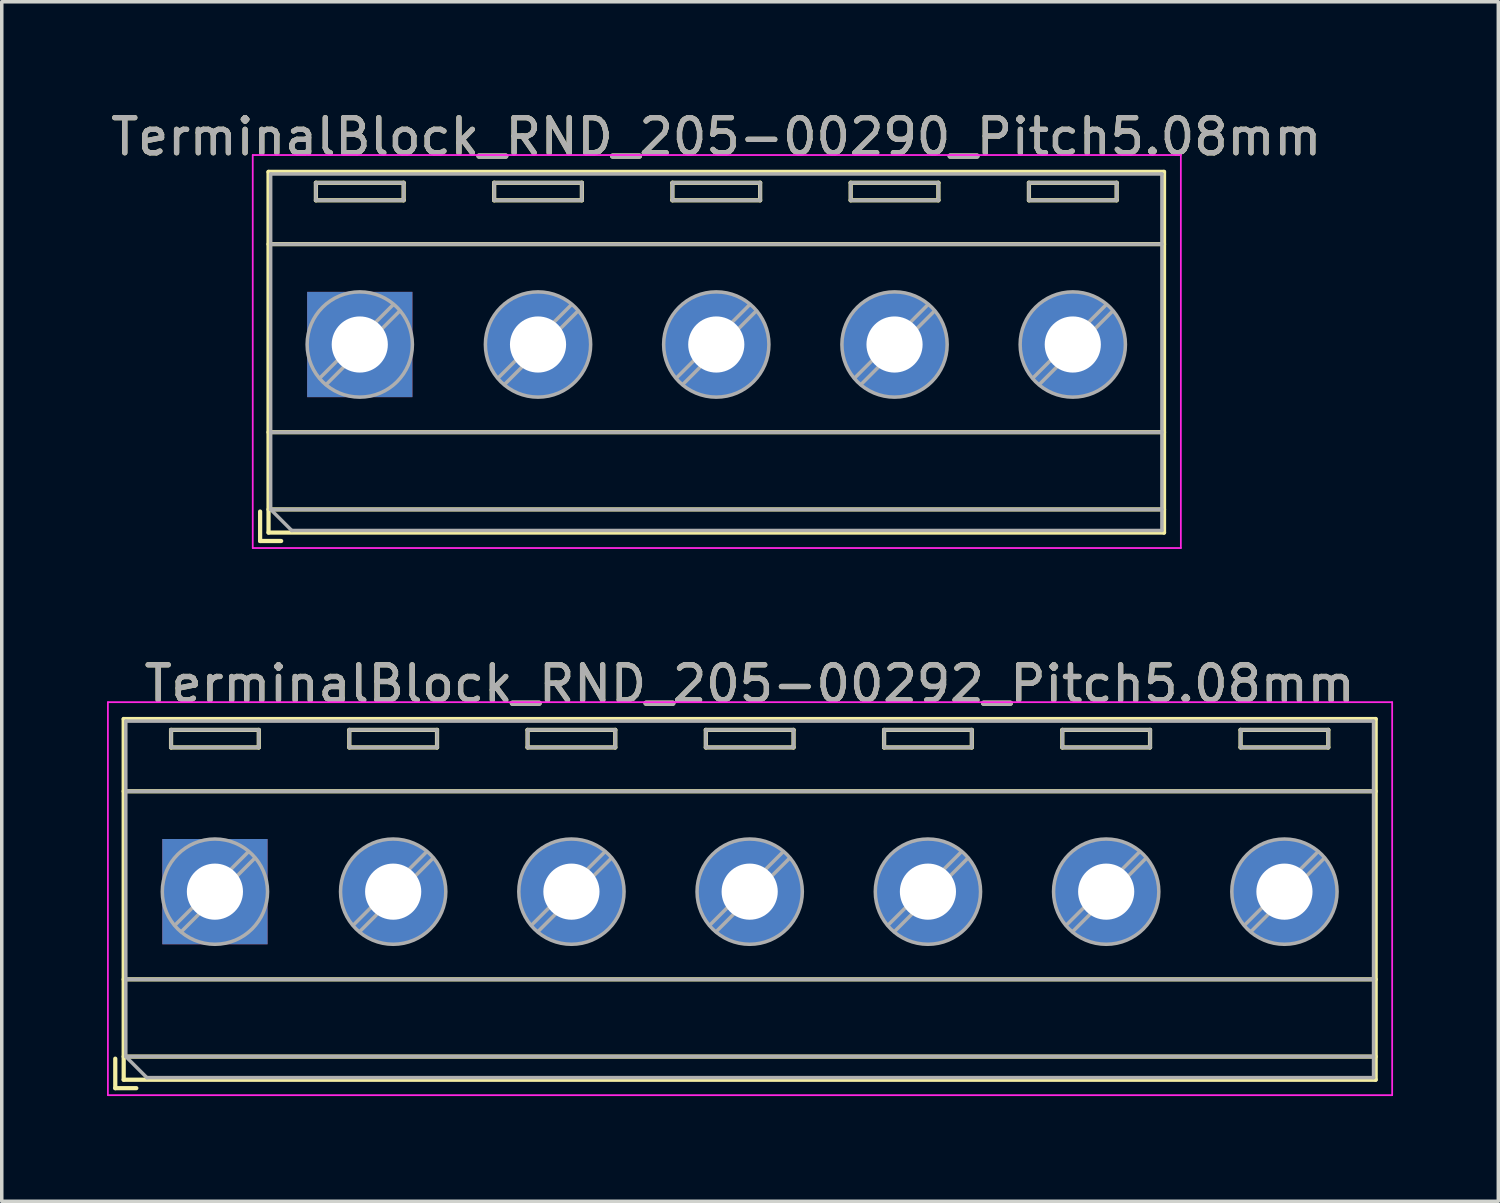
<source format=kicad_pcb>
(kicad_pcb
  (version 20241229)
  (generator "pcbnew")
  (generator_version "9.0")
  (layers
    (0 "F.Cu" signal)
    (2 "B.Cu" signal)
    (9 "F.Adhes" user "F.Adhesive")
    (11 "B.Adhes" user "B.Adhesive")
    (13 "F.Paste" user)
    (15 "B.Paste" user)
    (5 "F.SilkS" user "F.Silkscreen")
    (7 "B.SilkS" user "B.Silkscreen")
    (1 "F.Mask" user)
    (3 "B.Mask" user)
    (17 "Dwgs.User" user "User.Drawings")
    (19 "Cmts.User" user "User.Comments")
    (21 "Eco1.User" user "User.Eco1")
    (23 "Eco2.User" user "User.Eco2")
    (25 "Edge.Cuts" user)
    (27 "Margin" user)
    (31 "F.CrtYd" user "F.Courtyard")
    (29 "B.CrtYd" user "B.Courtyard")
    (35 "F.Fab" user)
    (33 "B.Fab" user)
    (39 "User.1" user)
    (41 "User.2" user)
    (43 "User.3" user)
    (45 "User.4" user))
  (footprint "TerminalBlock_RND_205-00290_Pitch5.08mm"
    (layer "F.Cu")
    (at 7.203 6.768)
    (property "Reference" "TerminalBlock_RND_205-00290_Pitch5.08mm" (at 10.16 -5.92 0) (layer "F.SilkS") (effects (font (size 1 1) (thickness 0.15))))
    (attr through_hole)
    (fp_line (start -2.84 4.76) (end -2.84 5.6) (stroke (width 0.12) (type solid)) (layer "F.SilkS"))
    (fp_line (start -2.84 5.6) (end -2.24 5.6) (stroke (width 0.12) (type solid)) (layer "F.SilkS"))
    (fp_line (start -2.6 -4.92) (end -2.6 5.36) (stroke (width 0.12) (type solid)) (layer "F.SilkS"))
    (fp_line (start -2.6 -2.86) (end 22.92 -2.86) (stroke (width 0.12) (type solid)) (layer "F.SilkS"))
    (fp_line (start -2.6 2.5) (end 22.92 2.5) (stroke (width 0.12) (type solid)) (layer "F.SilkS"))
    (fp_line (start -2.6 4.7) (end 22.92 4.7) (stroke (width 0.12) (type solid)) (layer "F.SilkS"))
    (fp_line (start -2.6 5.36) (end 22.92 5.36) (stroke (width 0.12) (type solid)) (layer "F.SilkS"))
    (fp_line (start -1.25 -4.61) (end -1.25 -4.11) (stroke (width 0.12) (type solid)) (layer "F.SilkS"))
    (fp_line (start -1.25 -4.61) (end 1.25 -4.61) (stroke (width 0.12) (type solid)) (layer "F.SilkS"))
    (fp_line (start -1.25 -4.11) (end 1.25 -4.11) (stroke (width 0.12) (type solid)) (layer "F.SilkS"))
    (fp_line (start 1.25 -4.61) (end 1.25 -4.11) (stroke (width 0.12) (type solid)) (layer "F.SilkS"))
    (fp_line (start 3.83 -4.61) (end 3.83 -4.11) (stroke (width 0.12) (type solid)) (layer "F.SilkS"))
    (fp_line (start 3.83 -4.61) (end 6.33 -4.61) (stroke (width 0.12) (type solid)) (layer "F.SilkS"))
    (fp_line (start 3.83 -4.11) (end 6.33 -4.11) (stroke (width 0.12) (type solid)) (layer "F.SilkS"))
    (fp_line (start 6.33 -4.61) (end 6.33 -4.11) (stroke (width 0.12) (type solid)) (layer "F.SilkS"))
    (fp_line (start 8.91 -4.61) (end 8.91 -4.11) (stroke (width 0.12) (type solid)) (layer "F.SilkS"))
    (fp_line (start 8.91 -4.61) (end 11.41 -4.61) (stroke (width 0.12) (type solid)) (layer "F.SilkS"))
    (fp_line (start 8.91 -4.11) (end 11.41 -4.11) (stroke (width 0.12) (type solid)) (layer "F.SilkS"))
    (fp_line (start 11.41 -4.61) (end 11.41 -4.11) (stroke (width 0.12) (type solid)) (layer "F.SilkS"))
    (fp_line (start 13.99 -4.61) (end 13.99 -4.11) (stroke (width 0.12) (type solid)) (layer "F.SilkS"))
    (fp_line (start 13.99 -4.61) (end 16.49 -4.61) (stroke (width 0.12) (type solid)) (layer "F.SilkS"))
    (fp_line (start 13.99 -4.11) (end 16.49 -4.11) (stroke (width 0.12) (type solid)) (layer "F.SilkS"))
    (fp_line (start 16.49 -4.61) (end 16.49 -4.11) (stroke (width 0.12) (type solid)) (layer "F.SilkS"))
    (fp_line (start 19.07 -4.61) (end 19.07 -4.11) (stroke (width 0.12) (type solid)) (layer "F.SilkS"))
    (fp_line (start 19.07 -4.61) (end 21.57 -4.61) (stroke (width 0.12) (type solid)) (layer "F.SilkS"))
    (fp_line (start 19.07 -4.11) (end 21.57 -4.11) (stroke (width 0.12) (type solid)) (layer "F.SilkS"))
    (fp_line (start 21.57 -4.61) (end 21.57 -4.11) (stroke (width 0.12) (type solid)) (layer "F.SilkS"))
    (fp_line (start 22.92 -4.92) (end -2.6 -4.92) (stroke (width 0.12) (type solid)) (layer "F.SilkS"))
    (fp_line (start 22.92 5.36) (end 22.92 -4.92) (stroke (width 0.12) (type solid)) (layer "F.SilkS"))
    (fp_line (start -3.05 -5.4) (end -3.05 5.8) (stroke (width 0.05) (type solid)) (layer "F.CrtYd"))
    (fp_line (start -3.05 5.8) (end 23.4 5.8) (stroke (width 0.05) (type solid)) (layer "F.CrtYd"))
    (fp_line (start 23.4 -5.4) (end -3.05 -5.4) (stroke (width 0.05) (type solid)) (layer "F.CrtYd"))
    (fp_line (start 23.4 5.8) (end 23.4 -5.4) (stroke (width 0.05) (type solid)) (layer "F.CrtYd"))
    (fp_line (start -2.54 -4.86) (end 22.86 -4.86) (stroke (width 0.1) (type solid)) (layer "F.Fab"))
    (fp_line (start -2.54 -2.86) (end 22.86 -2.86) (stroke (width 0.1) (type solid)) (layer "F.Fab"))
    (fp_line (start -2.54 2.5) (end 22.86 2.5) (stroke (width 0.1) (type solid)) (layer "F.Fab"))
    (fp_line (start -2.54 4.7) (end -2.54 -4.86) (stroke (width 0.1) (type solid)) (layer "F.Fab"))
    (fp_line (start -2.54 4.7) (end 22.86 4.7) (stroke (width 0.1) (type solid)) (layer "F.Fab"))
    (fp_line (start -1.94 5.3) (end -2.54 4.7) (stroke (width 0.1) (type solid)) (layer "F.Fab"))
    (fp_line (start -1.25 -4.61) (end -1.25 -4.11) (stroke (width 0.1) (type solid)) (layer "F.Fab"))
    (fp_line (start -1.25 -4.11) (end 1.25 -4.11) (stroke (width 0.1) (type solid)) (layer "F.Fab"))
    (fp_line (start 0.955 -1.138) (end -1.138 0.955) (stroke (width 0.1) (type solid)) (layer "F.Fab"))
    (fp_line (start 1.138 -0.955) (end -0.955 1.138) (stroke (width 0.1) (type solid)) (layer "F.Fab"))
    (fp_line (start 1.25 -4.61) (end -1.25 -4.61) (stroke (width 0.1) (type solid)) (layer "F.Fab"))
    (fp_line (start 1.25 -4.11) (end 1.25 -4.61) (stroke (width 0.1) (type solid)) (layer "F.Fab"))
    (fp_line (start 3.83 -4.61) (end 3.83 -4.11) (stroke (width 0.1) (type solid)) (layer "F.Fab"))
    (fp_line (start 3.83 -4.11) (end 6.33 -4.11) (stroke (width 0.1) (type solid)) (layer "F.Fab"))
    (fp_line (start 6.035 -1.138) (end 3.943 0.955) (stroke (width 0.1) (type solid)) (layer "F.Fab"))
    (fp_line (start 6.218 -0.955) (end 4.126 1.138) (stroke (width 0.1) (type solid)) (layer "F.Fab"))
    (fp_line (start 6.33 -4.61) (end 3.83 -4.61) (stroke (width 0.1) (type solid)) (layer "F.Fab"))
    (fp_line (start 6.33 -4.11) (end 6.33 -4.61) (stroke (width 0.1) (type solid)) (layer "F.Fab"))
    (fp_line (start 8.91 -4.61) (end 8.91 -4.11) (stroke (width 0.1) (type solid)) (layer "F.Fab"))
    (fp_line (start 8.91 -4.11) (end 11.41 -4.11) (stroke (width 0.1) (type solid)) (layer "F.Fab"))
    (fp_line (start 11.115 -1.138) (end 9.023 0.955) (stroke (width 0.1) (type solid)) (layer "F.Fab"))
    (fp_line (start 11.298 -0.955) (end 9.206 1.138) (stroke (width 0.1) (type solid)) (layer "F.Fab"))
    (fp_line (start 11.41 -4.61) (end 8.91 -4.61) (stroke (width 0.1) (type solid)) (layer "F.Fab"))
    (fp_line (start 11.41 -4.11) (end 11.41 -4.61) (stroke (width 0.1) (type solid)) (layer "F.Fab"))
    (fp_line (start 13.99 -4.61) (end 13.99 -4.11) (stroke (width 0.1) (type solid)) (layer "F.Fab"))
    (fp_line (start 13.99 -4.11) (end 16.49 -4.11) (stroke (width 0.1) (type solid)) (layer "F.Fab"))
    (fp_line (start 16.195 -1.138) (end 14.103 0.955) (stroke (width 0.1) (type solid)) (layer "F.Fab"))
    (fp_line (start 16.378 -0.955) (end 14.286 1.138) (stroke (width 0.1) (type solid)) (layer "F.Fab"))
    (fp_line (start 16.49 -4.61) (end 13.99 -4.61) (stroke (width 0.1) (type solid)) (layer "F.Fab"))
    (fp_line (start 16.49 -4.11) (end 16.49 -4.61) (stroke (width 0.1) (type solid)) (layer "F.Fab"))
    (fp_line (start 19.07 -4.61) (end 19.07 -4.11) (stroke (width 0.1) (type solid)) (layer "F.Fab"))
    (fp_line (start 19.07 -4.11) (end 21.57 -4.11) (stroke (width 0.1) (type solid)) (layer "F.Fab"))
    (fp_line (start 21.275 -1.138) (end 19.183 0.955) (stroke (width 0.1) (type solid)) (layer "F.Fab"))
    (fp_line (start 21.458 -0.955) (end 19.366 1.138) (stroke (width 0.1) (type solid)) (layer "F.Fab"))
    (fp_line (start 21.57 -4.61) (end 19.07 -4.61) (stroke (width 0.1) (type solid)) (layer "F.Fab"))
    (fp_line (start 21.57 -4.11) (end 21.57 -4.61) (stroke (width 0.1) (type solid)) (layer "F.Fab"))
    (fp_line (start 22.86 -4.86) (end 22.86 5.3) (stroke (width 0.1) (type solid)) (layer "F.Fab"))
    (fp_line (start 22.86 5.3) (end -1.94 5.3) (stroke (width 0.1) (type solid)) (layer "F.Fab"))
    (fp_circle (center 0 0) (end 1.5 0) (stroke (width 0.1) (type solid)) (fill no) (layer "F.Fab"))
    (fp_circle (center 5.08 0) (end 6.58 0) (stroke (width 0.1) (type solid)) (fill no) (layer "F.Fab"))
    (fp_circle (center 10.16 0) (end 11.66 0) (stroke (width 0.1) (type solid)) (fill no) (layer "F.Fab"))
    (fp_circle (center 15.24 0) (end 16.74 0) (stroke (width 0.1) (type solid)) (fill no) (layer "F.Fab"))
    (fp_circle (center 20.32 0) (end 21.82 0) (stroke (width 0.1) (type solid)) (fill no) (layer "F.Fab"))
    (fp_text user "${REFERENCE}" (at 10.16 -5.92 0) (layer "F.Fab") (effects (font (size 1 1) (thickness 0.15))))
    (pad "1" thru_hole rect (at 0 0) (size 3 3) (drill 1.6) (layers "*.Cu" "*.Mask"))
    (pad "2" thru_hole circle (at 5.08 0) (size 3 3) (drill 1.6) (layers "*.Cu" "*.Mask"))
    (pad "3" thru_hole circle (at 10.16 0) (size 3 3) (drill 1.6) (layers "*.Cu" "*.Mask"))
    (pad "4" thru_hole circle (at 15.24 0) (size 3 3) (drill 1.6) (layers "*.Cu" "*.Mask"))
    (pad "5" thru_hole circle (at 20.32 0) (size 3 3) (drill 1.6) (layers "*.Cu" "*.Mask")))
  (footprint "TerminalBlock_RND_205-00292_Pitch5.08mm"
    (layer "F.Cu")
    (at 3.075 22.361)
    (property "Reference" "TerminalBlock_RND_205-00292_Pitch5.08mm" (at 15.24 -5.92 0) (layer "F.SilkS") (effects (font (size 1 1) (thickness 0.15))))
    (attr through_hole)
    (fp_line (start -2.84 4.76) (end -2.84 5.6) (stroke (width 0.12) (type solid)) (layer "F.SilkS"))
    (fp_line (start -2.84 5.6) (end -2.24 5.6) (stroke (width 0.12) (type solid)) (layer "F.SilkS"))
    (fp_line (start -2.6 -4.92) (end -2.6 5.36) (stroke (width 0.12) (type solid)) (layer "F.SilkS"))
    (fp_line (start -2.6 -2.86) (end 33.08 -2.86) (stroke (width 0.12) (type solid)) (layer "F.SilkS"))
    (fp_line (start -2.6 2.5) (end 33.08 2.5) (stroke (width 0.12) (type solid)) (layer "F.SilkS"))
    (fp_line (start -2.6 4.7) (end 33.08 4.7) (stroke (width 0.12) (type solid)) (layer "F.SilkS"))
    (fp_line (start -2.6 5.36) (end 33.08 5.36) (stroke (width 0.12) (type solid)) (layer "F.SilkS"))
    (fp_line (start -1.25 -4.61) (end -1.25 -4.11) (stroke (width 0.12) (type solid)) (layer "F.SilkS"))
    (fp_line (start -1.25 -4.61) (end 1.25 -4.61) (stroke (width 0.12) (type solid)) (layer "F.SilkS"))
    (fp_line (start -1.25 -4.11) (end 1.25 -4.11) (stroke (width 0.12) (type solid)) (layer "F.SilkS"))
    (fp_line (start 1.25 -4.61) (end 1.25 -4.11) (stroke (width 0.12) (type solid)) (layer "F.SilkS"))
    (fp_line (start 3.83 -4.61) (end 3.83 -4.11) (stroke (width 0.12) (type solid)) (layer "F.SilkS"))
    (fp_line (start 3.83 -4.61) (end 6.33 -4.61) (stroke (width 0.12) (type solid)) (layer "F.SilkS"))
    (fp_line (start 3.83 -4.11) (end 6.33 -4.11) (stroke (width 0.12) (type solid)) (layer "F.SilkS"))
    (fp_line (start 6.33 -4.61) (end 6.33 -4.11) (stroke (width 0.12) (type solid)) (layer "F.SilkS"))
    (fp_line (start 8.91 -4.61) (end 8.91 -4.11) (stroke (width 0.12) (type solid)) (layer "F.SilkS"))
    (fp_line (start 8.91 -4.61) (end 11.41 -4.61) (stroke (width 0.12) (type solid)) (layer "F.SilkS"))
    (fp_line (start 8.91 -4.11) (end 11.41 -4.11) (stroke (width 0.12) (type solid)) (layer "F.SilkS"))
    (fp_line (start 11.41 -4.61) (end 11.41 -4.11) (stroke (width 0.12) (type solid)) (layer "F.SilkS"))
    (fp_line (start 13.99 -4.61) (end 13.99 -4.11) (stroke (width 0.12) (type solid)) (layer "F.SilkS"))
    (fp_line (start 13.99 -4.61) (end 16.49 -4.61) (stroke (width 0.12) (type solid)) (layer "F.SilkS"))
    (fp_line (start 13.99 -4.11) (end 16.49 -4.11) (stroke (width 0.12) (type solid)) (layer "F.SilkS"))
    (fp_line (start 16.49 -4.61) (end 16.49 -4.11) (stroke (width 0.12) (type solid)) (layer "F.SilkS"))
    (fp_line (start 19.07 -4.61) (end 19.07 -4.11) (stroke (width 0.12) (type solid)) (layer "F.SilkS"))
    (fp_line (start 19.07 -4.61) (end 21.57 -4.61) (stroke (width 0.12) (type solid)) (layer "F.SilkS"))
    (fp_line (start 19.07 -4.11) (end 21.57 -4.11) (stroke (width 0.12) (type solid)) (layer "F.SilkS"))
    (fp_line (start 21.57 -4.61) (end 21.57 -4.11) (stroke (width 0.12) (type solid)) (layer "F.SilkS"))
    (fp_line (start 24.15 -4.61) (end 24.15 -4.11) (stroke (width 0.12) (type solid)) (layer "F.SilkS"))
    (fp_line (start 24.15 -4.61) (end 26.65 -4.61) (stroke (width 0.12) (type solid)) (layer "F.SilkS"))
    (fp_line (start 24.15 -4.11) (end 26.65 -4.11) (stroke (width 0.12) (type solid)) (layer "F.SilkS"))
    (fp_line (start 26.65 -4.61) (end 26.65 -4.11) (stroke (width 0.12) (type solid)) (layer "F.SilkS"))
    (fp_line (start 29.23 -4.61) (end 29.23 -4.11) (stroke (width 0.12) (type solid)) (layer "F.SilkS"))
    (fp_line (start 29.23 -4.61) (end 31.73 -4.61) (stroke (width 0.12) (type solid)) (layer "F.SilkS"))
    (fp_line (start 29.23 -4.11) (end 31.73 -4.11) (stroke (width 0.12) (type solid)) (layer "F.SilkS"))
    (fp_line (start 31.73 -4.61) (end 31.73 -4.11) (stroke (width 0.12) (type solid)) (layer "F.SilkS"))
    (fp_line (start 33.08 -4.92) (end -2.6 -4.92) (stroke (width 0.12) (type solid)) (layer "F.SilkS"))
    (fp_line (start 33.08 5.36) (end 33.08 -4.92) (stroke (width 0.12) (type solid)) (layer "F.SilkS"))
    (fp_line (start -3.05 -5.4) (end -3.05 5.8) (stroke (width 0.05) (type solid)) (layer "F.CrtYd"))
    (fp_line (start -3.05 5.8) (end 33.55 5.8) (stroke (width 0.05) (type solid)) (layer "F.CrtYd"))
    (fp_line (start 33.55 -5.4) (end -3.05 -5.4) (stroke (width 0.05) (type solid)) (layer "F.CrtYd"))
    (fp_line (start 33.55 5.8) (end 33.55 -5.4) (stroke (width 0.05) (type solid)) (layer "F.CrtYd"))
    (fp_line (start -2.54 -4.86) (end 33.02 -4.86) (stroke (width 0.1) (type solid)) (layer "F.Fab"))
    (fp_line (start -2.54 -2.86) (end 33.02 -2.86) (stroke (width 0.1) (type solid)) (layer "F.Fab"))
    (fp_line (start -2.54 2.5) (end 33.02 2.5) (stroke (width 0.1) (type solid)) (layer "F.Fab"))
    (fp_line (start -2.54 4.7) (end -2.54 -4.86) (stroke (width 0.1) (type solid)) (layer "F.Fab"))
    (fp_line (start -2.54 4.7) (end 33.02 4.7) (stroke (width 0.1) (type solid)) (layer "F.Fab"))
    (fp_line (start -1.94 5.3) (end -2.54 4.7) (stroke (width 0.1) (type solid)) (layer "F.Fab"))
    (fp_line (start -1.25 -4.61) (end -1.25 -4.11) (stroke (width 0.1) (type solid)) (layer "F.Fab"))
    (fp_line (start -1.25 -4.11) (end 1.25 -4.11) (stroke (width 0.1) (type solid)) (layer "F.Fab"))
    (fp_line (start 0.955 -1.138) (end -1.138 0.955) (stroke (width 0.1) (type solid)) (layer "F.Fab"))
    (fp_line (start 1.138 -0.955) (end -0.955 1.138) (stroke (width 0.1) (type solid)) (layer "F.Fab"))
    (fp_line (start 1.25 -4.61) (end -1.25 -4.61) (stroke (width 0.1) (type solid)) (layer "F.Fab"))
    (fp_line (start 1.25 -4.11) (end 1.25 -4.61) (stroke (width 0.1) (type solid)) (layer "F.Fab"))
    (fp_line (start 3.83 -4.61) (end 3.83 -4.11) (stroke (width 0.1) (type solid)) (layer "F.Fab"))
    (fp_line (start 3.83 -4.11) (end 6.33 -4.11) (stroke (width 0.1) (type solid)) (layer "F.Fab"))
    (fp_line (start 6.035 -1.138) (end 3.943 0.955) (stroke (width 0.1) (type solid)) (layer "F.Fab"))
    (fp_line (start 6.218 -0.955) (end 4.126 1.138) (stroke (width 0.1) (type solid)) (layer "F.Fab"))
    (fp_line (start 6.33 -4.61) (end 3.83 -4.61) (stroke (width 0.1) (type solid)) (layer "F.Fab"))
    (fp_line (start 6.33 -4.11) (end 6.33 -4.61) (stroke (width 0.1) (type solid)) (layer "F.Fab"))
    (fp_line (start 8.91 -4.61) (end 8.91 -4.11) (stroke (width 0.1) (type solid)) (layer "F.Fab"))
    (fp_line (start 8.91 -4.11) (end 11.41 -4.11) (stroke (width 0.1) (type solid)) (layer "F.Fab"))
    (fp_line (start 11.115 -1.138) (end 9.023 0.955) (stroke (width 0.1) (type solid)) (layer "F.Fab"))
    (fp_line (start 11.298 -0.955) (end 9.206 1.138) (stroke (width 0.1) (type solid)) (layer "F.Fab"))
    (fp_line (start 11.41 -4.61) (end 8.91 -4.61) (stroke (width 0.1) (type solid)) (layer "F.Fab"))
    (fp_line (start 11.41 -4.11) (end 11.41 -4.61) (stroke (width 0.1) (type solid)) (layer "F.Fab"))
    (fp_line (start 13.99 -4.61) (end 13.99 -4.11) (stroke (width 0.1) (type solid)) (layer "F.Fab"))
    (fp_line (start 13.99 -4.11) (end 16.49 -4.11) (stroke (width 0.1) (type solid)) (layer "F.Fab"))
    (fp_line (start 16.195 -1.138) (end 14.103 0.955) (stroke (width 0.1) (type solid)) (layer "F.Fab"))
    (fp_line (start 16.378 -0.955) (end 14.286 1.138) (stroke (width 0.1) (type solid)) (layer "F.Fab"))
    (fp_line (start 16.49 -4.61) (end 13.99 -4.61) (stroke (width 0.1) (type solid)) (layer "F.Fab"))
    (fp_line (start 16.49 -4.11) (end 16.49 -4.61) (stroke (width 0.1) (type solid)) (layer "F.Fab"))
    (fp_line (start 19.07 -4.61) (end 19.07 -4.11) (stroke (width 0.1) (type solid)) (layer "F.Fab"))
    (fp_line (start 19.07 -4.11) (end 21.57 -4.11) (stroke (width 0.1) (type solid)) (layer "F.Fab"))
    (fp_line (start 21.275 -1.138) (end 19.183 0.955) (stroke (width 0.1) (type solid)) (layer "F.Fab"))
    (fp_line (start 21.458 -0.955) (end 19.366 1.138) (stroke (width 0.1) (type solid)) (layer "F.Fab"))
    (fp_line (start 21.57 -4.61) (end 19.07 -4.61) (stroke (width 0.1) (type solid)) (layer "F.Fab"))
    (fp_line (start 21.57 -4.11) (end 21.57 -4.61) (stroke (width 0.1) (type solid)) (layer "F.Fab"))
    (fp_line (start 24.15 -4.61) (end 24.15 -4.11) (stroke (width 0.1) (type solid)) (layer "F.Fab"))
    (fp_line (start 24.15 -4.11) (end 26.65 -4.11) (stroke (width 0.1) (type solid)) (layer "F.Fab"))
    (fp_line (start 26.355 -1.138) (end 24.263 0.955) (stroke (width 0.1) (type solid)) (layer "F.Fab"))
    (fp_line (start 26.538 -0.955) (end 24.446 1.138) (stroke (width 0.1) (type solid)) (layer "F.Fab"))
    (fp_line (start 26.65 -4.61) (end 24.15 -4.61) (stroke (width 0.1) (type solid)) (layer "F.Fab"))
    (fp_line (start 26.65 -4.11) (end 26.65 -4.61) (stroke (width 0.1) (type solid)) (layer "F.Fab"))
    (fp_line (start 29.23 -4.61) (end 29.23 -4.11) (stroke (width 0.1) (type solid)) (layer "F.Fab"))
    (fp_line (start 29.23 -4.11) (end 31.73 -4.11) (stroke (width 0.1) (type solid)) (layer "F.Fab"))
    (fp_line (start 31.435 -1.138) (end 29.343 0.955) (stroke (width 0.1) (type solid)) (layer "F.Fab"))
    (fp_line (start 31.618 -0.955) (end 29.526 1.138) (stroke (width 0.1) (type solid)) (layer "F.Fab"))
    (fp_line (start 31.73 -4.61) (end 29.23 -4.61) (stroke (width 0.1) (type solid)) (layer "F.Fab"))
    (fp_line (start 31.73 -4.11) (end 31.73 -4.61) (stroke (width 0.1) (type solid)) (layer "F.Fab"))
    (fp_line (start 33.02 -4.86) (end 33.02 5.3) (stroke (width 0.1) (type solid)) (layer "F.Fab"))
    (fp_line (start 33.02 5.3) (end -1.94 5.3) (stroke (width 0.1) (type solid)) (layer "F.Fab"))
    (fp_circle (center 0 0) (end 1.5 0) (stroke (width 0.1) (type solid)) (fill no) (layer "F.Fab"))
    (fp_circle (center 5.08 0) (end 6.58 0) (stroke (width 0.1) (type solid)) (fill no) (layer "F.Fab"))
    (fp_circle (center 10.16 0) (end 11.66 0) (stroke (width 0.1) (type solid)) (fill no) (layer "F.Fab"))
    (fp_circle (center 15.24 0) (end 16.74 0) (stroke (width 0.1) (type solid)) (fill no) (layer "F.Fab"))
    (fp_circle (center 20.32 0) (end 21.82 0) (stroke (width 0.1) (type solid)) (fill no) (layer "F.Fab"))
    (fp_circle (center 25.4 0) (end 26.9 0) (stroke (width 0.1) (type solid)) (fill no) (layer "F.Fab"))
    (fp_circle (center 30.48 0) (end 31.98 0) (stroke (width 0.1) (type solid)) (fill no) (layer "F.Fab"))
    (fp_text user "${REFERENCE}" (at 15.24 -5.92 0) (layer "F.Fab") (effects (font (size 1 1) (thickness 0.15))))
    (pad "1" thru_hole rect (at 0 0) (size 3 3) (drill 1.6) (layers "*.Cu" "*.Mask"))
    (pad "2" thru_hole circle (at 5.08 0) (size 3 3) (drill 1.6) (layers "*.Cu" "*.Mask"))
    (pad "3" thru_hole circle (at 10.16 0) (size 3 3) (drill 1.6) (layers "*.Cu" "*.Mask"))
    (pad "4" thru_hole circle (at 15.24 0) (size 3 3) (drill 1.6) (layers "*.Cu" "*.Mask"))
    (pad "5" thru_hole circle (at 20.32 0) (size 3 3) (drill 1.6) (layers "*.Cu" "*.Mask"))
    (pad "6" thru_hole circle (at 25.4 0) (size 3 3) (drill 1.6) (layers "*.Cu" "*.Mask"))
    (pad "7" thru_hole circle (at 30.48 0) (size 3 3) (drill 1.6) (layers "*.Cu" "*.Mask")))
  (gr_rect
    (start -3 -3)
    (end 39.65 31.186)
    (stroke (width 0.1) (type default))
    (fill no)
    (layer "Edge.Cuts")))
</source>
